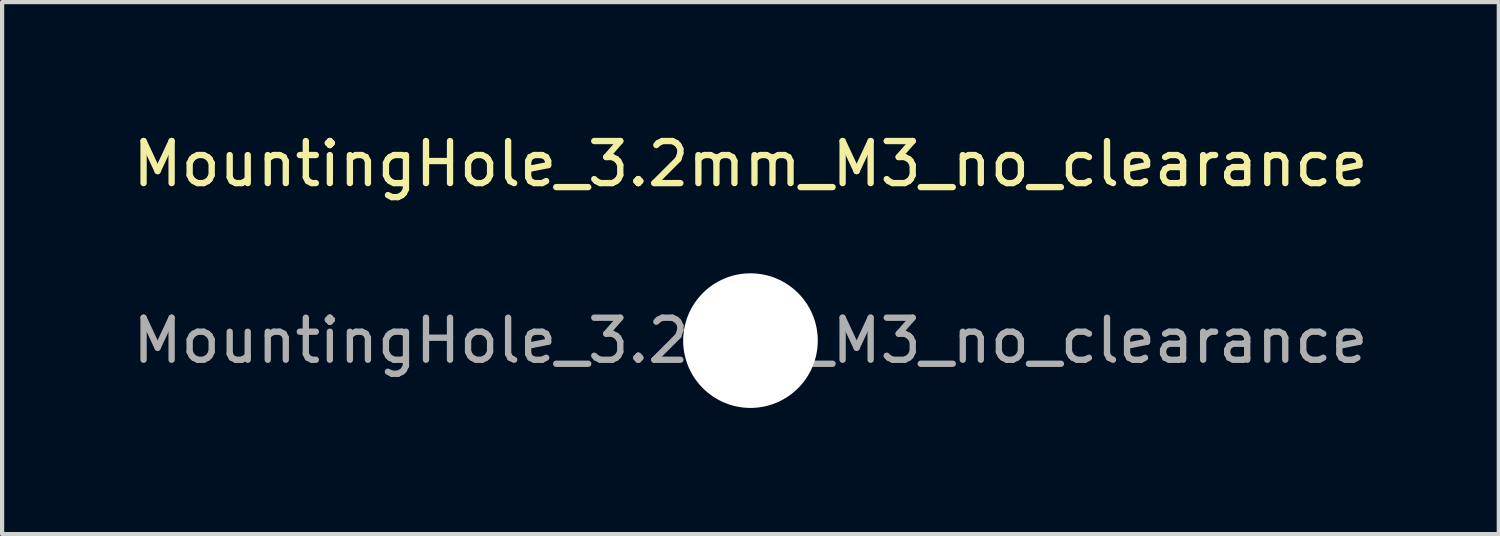
<source format=kicad_pcb>
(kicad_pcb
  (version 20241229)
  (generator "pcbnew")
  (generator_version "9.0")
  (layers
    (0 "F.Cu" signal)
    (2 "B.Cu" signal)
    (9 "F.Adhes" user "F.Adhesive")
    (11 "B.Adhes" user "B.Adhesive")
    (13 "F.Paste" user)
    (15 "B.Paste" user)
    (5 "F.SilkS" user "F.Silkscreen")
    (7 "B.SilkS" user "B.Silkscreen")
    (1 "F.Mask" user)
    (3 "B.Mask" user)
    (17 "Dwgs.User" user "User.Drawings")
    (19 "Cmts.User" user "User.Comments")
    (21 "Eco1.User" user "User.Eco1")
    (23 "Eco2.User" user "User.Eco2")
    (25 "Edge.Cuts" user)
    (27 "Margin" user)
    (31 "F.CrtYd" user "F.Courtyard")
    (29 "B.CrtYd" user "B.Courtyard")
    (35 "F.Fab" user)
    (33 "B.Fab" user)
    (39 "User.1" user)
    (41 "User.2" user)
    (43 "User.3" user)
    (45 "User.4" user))
  (footprint "MountingHole_3.2mm_M3_no_clearance"
    (layer "F.Cu")
    (at 14.792 5.048)
    (property "Reference" "MountingHole_3.2mm_M3_no_clearance" (at 0 -4.2 0) (layer "F.SilkS") (effects (font (size 1 1) (thickness 0.15))))
    (attr exclude_from_pos_files exclude_from_bom)
    (fp_text user "${REFERENCE}" (at 0 0 0) (layer "F.Fab") (effects (font (size 1 1) (thickness 0.15))))
    (pad "" np_thru_hole circle (at 0 0) (size 3.2 3.2) (drill 3.2) (layers "*.Cu" "*.Mask")))
  (gr_rect
    (start -3 -3)
    (end 32.583 9.648)
    (stroke (width 0.1) (type default))
    (fill no)
    (layer "Edge.Cuts")))
</source>
